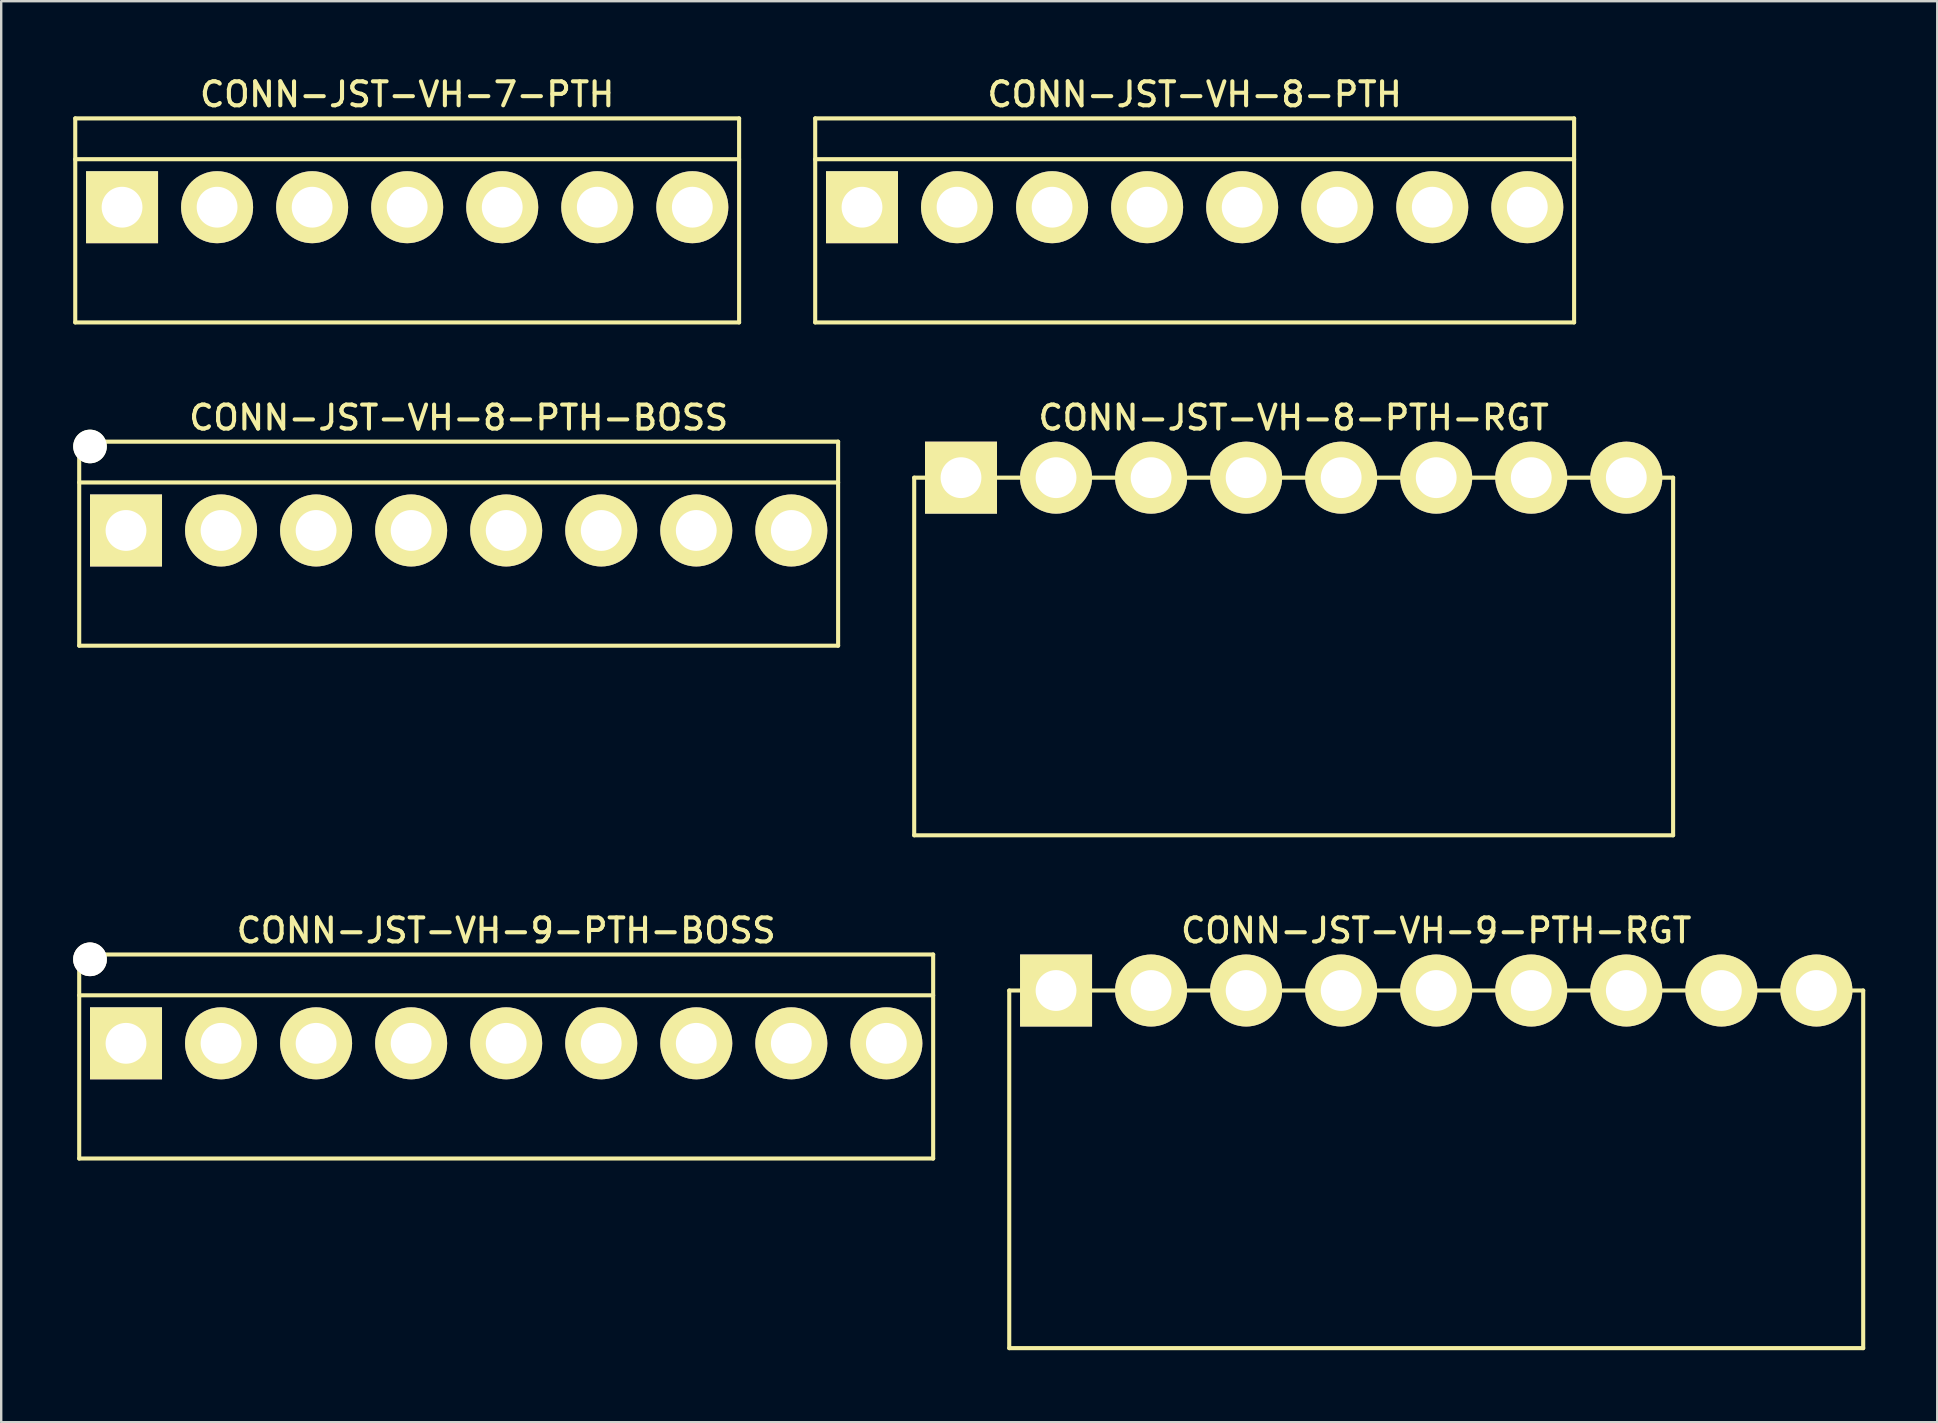
<source format=kicad_pcb>
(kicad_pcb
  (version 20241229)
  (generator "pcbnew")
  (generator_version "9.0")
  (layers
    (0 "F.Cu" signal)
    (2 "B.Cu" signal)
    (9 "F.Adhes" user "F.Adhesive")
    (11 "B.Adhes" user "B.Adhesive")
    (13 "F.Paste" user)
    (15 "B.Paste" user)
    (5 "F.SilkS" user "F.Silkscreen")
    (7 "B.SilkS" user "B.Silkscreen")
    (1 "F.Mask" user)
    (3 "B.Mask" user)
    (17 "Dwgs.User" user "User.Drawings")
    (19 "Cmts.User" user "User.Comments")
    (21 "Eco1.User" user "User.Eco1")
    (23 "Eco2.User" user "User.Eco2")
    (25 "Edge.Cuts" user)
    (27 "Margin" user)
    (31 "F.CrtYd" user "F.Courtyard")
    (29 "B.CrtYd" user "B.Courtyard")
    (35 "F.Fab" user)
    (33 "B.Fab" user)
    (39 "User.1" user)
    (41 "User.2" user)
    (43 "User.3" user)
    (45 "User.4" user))
  (footprint "CONN-JST-VH-9-PTH-RGT"
    (layer "F.Cu")
    (at 56.79 38.22)
    (property "Reference" "CONN-JST-VH-9-PTH-RGT" (at 0 -2.5 0) (layer "F.SilkS") (effects (font (size 1 1) (thickness 0.17))))
    (attr through_hole)
    (fp_line (start -17.79 0) (end 17.79 0) (stroke (width 0.17) (type solid)) (layer "F.SilkS"))
    (fp_line (start -17.79 14.9) (end -17.79 0) (stroke (width 0.17) (type solid)) (layer "F.SilkS"))
    (fp_line (start -17.79 14.9) (end 17.79 14.9) (stroke (width 0.17) (type solid)) (layer "F.SilkS"))
    (fp_line (start 17.79 14.9) (end 17.79 0) (stroke (width 0.17) (type solid)) (layer "F.SilkS"))
    (pad "1" thru_hole rect (at -15.84 0) (size 3 3) (drill 1.7) (layers "*.Cu" "*.Mask" "F.SilkS"))
    (pad "2" thru_hole circle (at -11.88 0) (size 3 3) (drill 1.7) (layers "*.Cu" "*.Mask" "F.SilkS"))
    (pad "3" thru_hole circle (at -7.92 0) (size 3 3) (drill 1.7) (layers "*.Cu" "*.Mask" "F.SilkS"))
    (pad "4" thru_hole circle (at -3.96 0) (size 3 3) (drill 1.7) (layers "*.Cu" "*.Mask" "F.SilkS"))
    (pad "5" thru_hole circle (at 0 0) (size 3 3) (drill 1.7) (layers "*.Cu" "*.Mask" "F.SilkS"))
    (pad "6" thru_hole circle (at 3.96 0) (size 3 3) (drill 1.7) (layers "*.Cu" "*.Mask" "F.SilkS"))
    (pad "7" thru_hole circle (at 7.92 0) (size 3 3) (drill 1.7) (layers "*.Cu" "*.Mask" "F.SilkS"))
    (pad "8" thru_hole circle (at 11.88 0) (size 3 3) (drill 1.7) (layers "*.Cu" "*.Mask" "F.SilkS"))
    (pad "9" thru_hole circle (at 15.84 0) (size 3 3) (drill 1.7) (layers "*.Cu" "*.Mask" "F.SilkS")))
  (footprint "CONN-JST-VH-9-PTH-BOSS"
    (layer "F.Cu")
    (at 18.04 40.42)
    (property "Reference" "CONN-JST-VH-9-PTH-BOSS" (at 0 -4.7 0) (layer "F.SilkS") (effects (font (size 1 1) (thickness 0.17))))
    (attr through_hole)
    (fp_line (start -17.79 -3.7) (end 17.79 -3.7) (stroke (width 0.17) (type solid)) (layer "F.SilkS"))
    (fp_line (start -17.79 -2) (end 17.79 -2) (stroke (width 0.17) (type solid)) (layer "F.SilkS"))
    (fp_line (start -17.79 4.8) (end -17.79 -3.7) (stroke (width 0.17) (type solid)) (layer "F.SilkS"))
    (fp_line (start -17.79 4.8) (end 17.79 4.8) (stroke (width 0.17) (type solid)) (layer "F.SilkS"))
    (fp_line (start 17.79 4.8) (end 17.79 -3.7) (stroke (width 0.17) (type solid)) (layer "F.SilkS"))
    (pad "1" thru_hole rect (at -15.84 0) (size 3 3) (drill 1.7) (layers "*.Cu" "*.Mask" "F.SilkS"))
    (pad "2" thru_hole circle (at -11.88 0) (size 3 3) (drill 1.7) (layers "*.Cu" "*.Mask" "F.SilkS"))
    (pad "3" thru_hole circle (at -7.92 0) (size 3 3) (drill 1.7) (layers "*.Cu" "*.Mask" "F.SilkS"))
    (pad "4" thru_hole circle (at -3.96 0) (size 3 3) (drill 1.7) (layers "*.Cu" "*.Mask" "F.SilkS"))
    (pad "5" thru_hole circle (at 0 0) (size 3 3) (drill 1.7) (layers "*.Cu" "*.Mask" "F.SilkS"))
    (pad "6" thru_hole circle (at 3.96 0) (size 3 3) (drill 1.7) (layers "*.Cu" "*.Mask" "F.SilkS"))
    (pad "7" thru_hole circle (at 7.92 0) (size 3 3) (drill 1.7) (layers "*.Cu" "*.Mask" "F.SilkS"))
    (pad "8" thru_hole circle (at 11.88 0) (size 3 3) (drill 1.7) (layers "*.Cu" "*.Mask" "F.SilkS"))
    (pad "9" thru_hole circle (at 15.84 0) (size 3 3) (drill 1.7) (layers "*.Cu" "*.Mask" "F.SilkS"))
    (pad "M1" thru_hole circle (at -17.34 -3.5) (size 1.4 1.4) (drill 1.4) (layers "*.Cu" "*.Mask" "F.SilkS")))
  (footprint "CONN-JST-VH-7-PTH"
    (layer "F.Cu")
    (at 13.915 5.583)
    (property "Reference" "CONN-JST-VH-7-PTH" (at 0 -4.7 0) (layer "F.SilkS") (effects (font (size 1 1) (thickness 0.17))))
    (attr through_hole)
    (fp_line (start -13.83 -3.7) (end 13.83 -3.7) (stroke (width 0.17) (type solid)) (layer "F.SilkS"))
    (fp_line (start -13.83 -2) (end 13.83 -2) (stroke (width 0.17) (type solid)) (layer "F.SilkS"))
    (fp_line (start -13.83 4.8) (end -13.83 -3.7) (stroke (width 0.17) (type solid)) (layer "F.SilkS"))
    (fp_line (start -13.83 4.8) (end 13.83 4.8) (stroke (width 0.17) (type solid)) (layer "F.SilkS"))
    (fp_line (start 13.83 4.8) (end 13.83 -3.7) (stroke (width 0.17) (type solid)) (layer "F.SilkS"))
    (pad "1" thru_hole rect (at -11.88 0) (size 3 3) (drill 1.7) (layers "*.Cu" "*.Mask" "F.SilkS"))
    (pad "2" thru_hole circle (at -7.92 0) (size 3 3) (drill 1.7) (layers "*.Cu" "*.Mask" "F.SilkS"))
    (pad "3" thru_hole circle (at -3.96 0) (size 3 3) (drill 1.7) (layers "*.Cu" "*.Mask" "F.SilkS"))
    (pad "4" thru_hole circle (at 0 0) (size 3 3) (drill 1.7) (layers "*.Cu" "*.Mask" "F.SilkS"))
    (pad "5" thru_hole circle (at 3.96 0) (size 3 3) (drill 1.7) (layers "*.Cu" "*.Mask" "F.SilkS"))
    (pad "6" thru_hole circle (at 7.92 0) (size 3 3) (drill 1.7) (layers "*.Cu" "*.Mask" "F.SilkS"))
    (pad "7" thru_hole circle (at 11.88 0) (size 3 3) (drill 1.7) (layers "*.Cu" "*.Mask" "F.SilkS")))
  (footprint "CONN-JST-VH-8-PTH-RGT"
    (layer "F.Cu")
    (at 50.85 16.852)
    (property "Reference" "CONN-JST-VH-8-PTH-RGT" (at 0 -2.5 0) (layer "F.SilkS") (effects (font (size 1 1) (thickness 0.17))))
    (attr through_hole)
    (fp_line (start -15.81 0) (end 15.81 0) (stroke (width 0.17) (type solid)) (layer "F.SilkS"))
    (fp_line (start -15.81 14.9) (end -15.81 0) (stroke (width 0.17) (type solid)) (layer "F.SilkS"))
    (fp_line (start -15.81 14.9) (end 15.81 14.9) (stroke (width 0.17) (type solid)) (layer "F.SilkS"))
    (fp_line (start 15.81 14.9) (end 15.81 0) (stroke (width 0.17) (type solid)) (layer "F.SilkS"))
    (pad "1" thru_hole rect (at -13.86 0) (size 3 3) (drill 1.7) (layers "*.Cu" "*.Mask" "F.SilkS"))
    (pad "2" thru_hole circle (at -9.9 0) (size 3 3) (drill 1.7) (layers "*.Cu" "*.Mask" "F.SilkS"))
    (pad "3" thru_hole circle (at -5.94 0) (size 3 3) (drill 1.7) (layers "*.Cu" "*.Mask" "F.SilkS"))
    (pad "4" thru_hole circle (at -1.98 0) (size 3 3) (drill 1.7) (layers "*.Cu" "*.Mask" "F.SilkS"))
    (pad "5" thru_hole circle (at 1.98 0) (size 3 3) (drill 1.7) (layers "*.Cu" "*.Mask" "F.SilkS"))
    (pad "6" thru_hole circle (at 5.94 0) (size 3 3) (drill 1.7) (layers "*.Cu" "*.Mask" "F.SilkS"))
    (pad "7" thru_hole circle (at 9.9 0) (size 3 3) (drill 1.7) (layers "*.Cu" "*.Mask" "F.SilkS"))
    (pad "8" thru_hole circle (at 13.86 0) (size 3 3) (drill 1.7) (layers "*.Cu" "*.Mask" "F.SilkS")))
  (footprint "CONN-JST-VH-8-PTH"
    (layer "F.Cu")
    (at 46.725 5.583)
    (property "Reference" "CONN-JST-VH-8-PTH" (at 0 -4.7 0) (layer "F.SilkS") (effects (font (size 1 1) (thickness 0.17))))
    (attr through_hole)
    (fp_line (start -15.81 -3.7) (end 15.81 -3.7) (stroke (width 0.17) (type solid)) (layer "F.SilkS"))
    (fp_line (start -15.81 -2) (end 15.81 -2) (stroke (width 0.17) (type solid)) (layer "F.SilkS"))
    (fp_line (start -15.81 4.8) (end -15.81 -3.7) (stroke (width 0.17) (type solid)) (layer "F.SilkS"))
    (fp_line (start -15.81 4.8) (end 15.81 4.8) (stroke (width 0.17) (type solid)) (layer "F.SilkS"))
    (fp_line (start 15.81 4.8) (end 15.81 -3.7) (stroke (width 0.17) (type solid)) (layer "F.SilkS"))
    (pad "1" thru_hole rect (at -13.86 0) (size 3 3) (drill 1.7) (layers "*.Cu" "*.Mask" "F.SilkS"))
    (pad "2" thru_hole circle (at -9.9 0) (size 3 3) (drill 1.7) (layers "*.Cu" "*.Mask" "F.SilkS"))
    (pad "3" thru_hole circle (at -5.94 0) (size 3 3) (drill 1.7) (layers "*.Cu" "*.Mask" "F.SilkS"))
    (pad "4" thru_hole circle (at -1.98 0) (size 3 3) (drill 1.7) (layers "*.Cu" "*.Mask" "F.SilkS"))
    (pad "5" thru_hole circle (at 1.98 0) (size 3 3) (drill 1.7) (layers "*.Cu" "*.Mask" "F.SilkS"))
    (pad "6" thru_hole circle (at 5.94 0) (size 3 3) (drill 1.7) (layers "*.Cu" "*.Mask" "F.SilkS"))
    (pad "7" thru_hole circle (at 9.9 0) (size 3 3) (drill 1.7) (layers "*.Cu" "*.Mask" "F.SilkS"))
    (pad "8" thru_hole circle (at 13.86 0) (size 3 3) (drill 1.7) (layers "*.Cu" "*.Mask" "F.SilkS")))
  (footprint "CONN-JST-VH-8-PTH-BOSS"
    (layer "F.Cu")
    (at 16.06 19.052)
    (property "Reference" "CONN-JST-VH-8-PTH-BOSS" (at 0 -4.7 0) (layer "F.SilkS") (effects (font (size 1 1) (thickness 0.17))))
    (attr through_hole)
    (fp_line (start -15.81 -3.7) (end 15.81 -3.7) (stroke (width 0.17) (type solid)) (layer "F.SilkS"))
    (fp_line (start -15.81 -2) (end 15.81 -2) (stroke (width 0.17) (type solid)) (layer "F.SilkS"))
    (fp_line (start -15.81 4.8) (end -15.81 -3.7) (stroke (width 0.17) (type solid)) (layer "F.SilkS"))
    (fp_line (start -15.81 4.8) (end 15.81 4.8) (stroke (width 0.17) (type solid)) (layer "F.SilkS"))
    (fp_line (start 15.81 4.8) (end 15.81 -3.7) (stroke (width 0.17) (type solid)) (layer "F.SilkS"))
    (pad "" np_thru_hole circle (at -15.36 -3.5) (size 1.4 1.4) (drill 1.4) (layers "*.Cu" "*.Mask" "F.SilkS"))
    (pad "1" thru_hole rect (at -13.86 0) (size 3 3) (drill 1.7) (layers "*.Cu" "*.Mask" "F.SilkS"))
    (pad "2" thru_hole circle (at -9.9 0) (size 3 3) (drill 1.7) (layers "*.Cu" "*.Mask" "F.SilkS"))
    (pad "3" thru_hole circle (at -5.94 0) (size 3 3) (drill 1.7) (layers "*.Cu" "*.Mask" "F.SilkS"))
    (pad "4" thru_hole circle (at -1.98 0) (size 3 3) (drill 1.7) (layers "*.Cu" "*.Mask" "F.SilkS"))
    (pad "5" thru_hole circle (at 1.98 0) (size 3 3) (drill 1.7) (layers "*.Cu" "*.Mask" "F.SilkS"))
    (pad "6" thru_hole circle (at 5.94 0) (size 3 3) (drill 1.7) (layers "*.Cu" "*.Mask" "F.SilkS"))
    (pad "7" thru_hole circle (at 9.9 0) (size 3 3) (drill 1.7) (layers "*.Cu" "*.Mask" "F.SilkS"))
    (pad "8" thru_hole circle (at 13.86 0) (size 3 3) (drill 1.7) (layers "*.Cu" "*.Mask" "F.SilkS")))
  (gr_rect
    (start -3 -3)
    (end 77.665 56.205)
    (stroke (width 0.1) (type default))
    (fill no)
    (layer "Edge.Cuts")))
</source>
